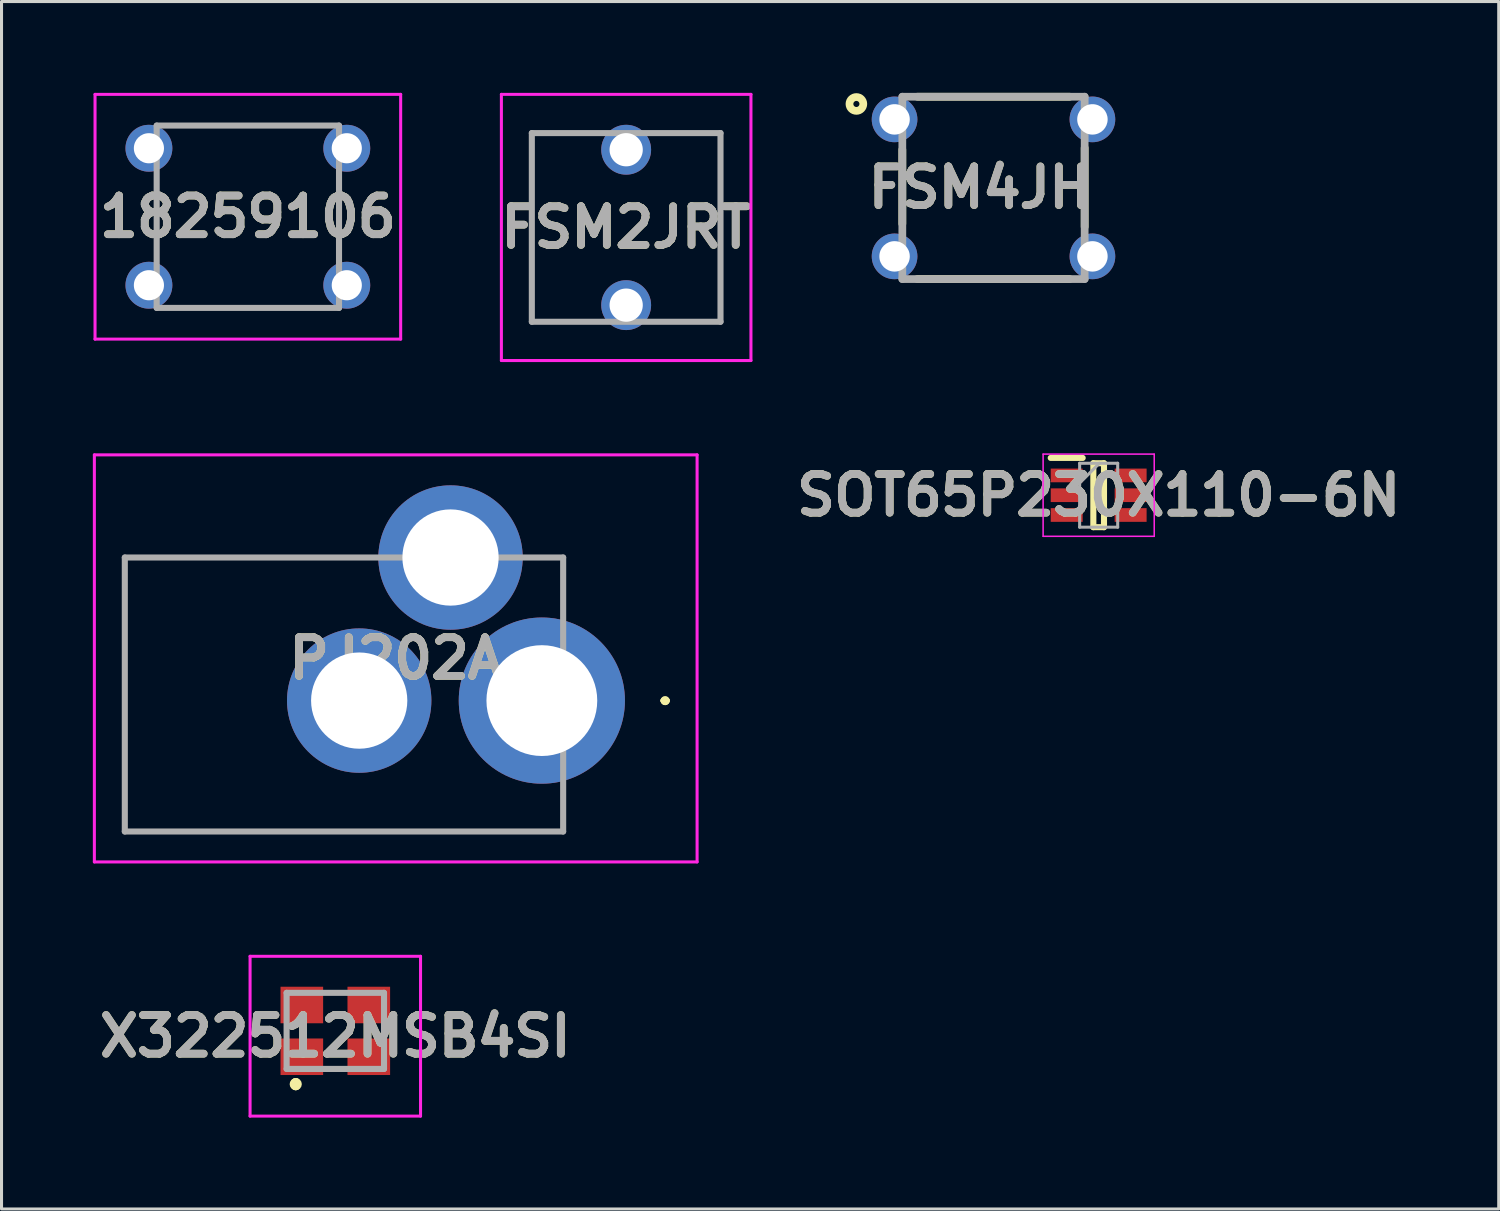
<source format=kicad_pcb>
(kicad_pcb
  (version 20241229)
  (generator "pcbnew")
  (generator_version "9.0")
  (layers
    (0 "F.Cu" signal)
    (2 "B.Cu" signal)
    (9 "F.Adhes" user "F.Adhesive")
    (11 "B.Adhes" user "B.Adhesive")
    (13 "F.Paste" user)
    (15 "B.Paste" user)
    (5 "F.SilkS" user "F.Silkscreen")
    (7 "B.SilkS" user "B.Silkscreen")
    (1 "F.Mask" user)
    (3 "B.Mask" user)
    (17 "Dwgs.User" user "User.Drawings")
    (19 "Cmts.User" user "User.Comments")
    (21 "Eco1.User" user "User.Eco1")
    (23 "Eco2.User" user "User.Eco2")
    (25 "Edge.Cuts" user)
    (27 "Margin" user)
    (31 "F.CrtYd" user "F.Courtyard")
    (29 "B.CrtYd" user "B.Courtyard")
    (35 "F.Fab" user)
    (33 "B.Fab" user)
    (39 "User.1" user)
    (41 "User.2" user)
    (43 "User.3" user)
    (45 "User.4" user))
  (footprint "SOT65P230X110-6N"
    (layer "F.Cu")
    (at 33.042 13.218)
    (property "Reference" "SOT65P230X110-6N" (at 0 0 0) (layer "F.SilkS") (effects (font (size 1.27 1.27) (thickness 0.254))))
    (attr smd)
    (fp_line (start -1.575 -1.225) (end -0.525 -1.225) (stroke (width 0.2) (type solid)) (layer "F.SilkS"))
    (fp_line (start -0.175 -1.05) (end 0.175 -1.05) (stroke (width 0.2) (type solid)) (layer "F.SilkS"))
    (fp_line (start -0.175 1.05) (end -0.175 -1.05) (stroke (width 0.2) (type solid)) (layer "F.SilkS"))
    (fp_line (start 0.175 -1.05) (end 0.175 1.05) (stroke (width 0.2) (type solid)) (layer "F.SilkS"))
    (fp_line (start 0.175 1.05) (end -0.175 1.05) (stroke (width 0.2) (type solid)) (layer "F.SilkS"))
    (fp_line (start -1.825 -1.35) (end 1.825 -1.35) (stroke (width 0.05) (type solid)) (layer "F.CrtYd"))
    (fp_line (start -1.825 1.35) (end -1.825 -1.35) (stroke (width 0.05) (type solid)) (layer "F.CrtYd"))
    (fp_line (start 1.825 -1.35) (end 1.825 1.35) (stroke (width 0.05) (type solid)) (layer "F.CrtYd"))
    (fp_line (start 1.825 1.35) (end -1.825 1.35) (stroke (width 0.05) (type solid)) (layer "F.CrtYd"))
    (fp_line (start -0.625 -1.05) (end 0.625 -1.05) (stroke (width 0.1) (type solid)) (layer "F.Fab"))
    (fp_line (start -0.625 -0.4) (end 0.025 -1.05) (stroke (width 0.1) (type solid)) (layer "F.Fab"))
    (fp_line (start -0.625 1.05) (end -0.625 -1.05) (stroke (width 0.1) (type solid)) (layer "F.Fab"))
    (fp_line (start 0.625 -1.05) (end 0.625 1.05) (stroke (width 0.1) (type solid)) (layer "F.Fab"))
    (fp_line (start 0.625 1.05) (end -0.625 1.05) (stroke (width 0.1) (type solid)) (layer "F.Fab"))
    (fp_text user "${REFERENCE}" (at 0 0 0) (layer "F.Fab") (effects (font (size 1.27 1.27) (thickness 0.254))))
    (pad "1" smd rect (at -1.05 -0.65 90) (size 0.45 1.05) (layers "F.Cu" "F.Mask" "F.Paste"))
    (pad "2" smd rect (at -1.05 0 90) (size 0.45 1.05) (layers "F.Cu" "F.Mask" "F.Paste"))
    (pad "3" smd rect (at -1.05 0.65 90) (size 0.45 1.05) (layers "F.Cu" "F.Mask" "F.Paste"))
    (pad "4" smd rect (at 1.05 0.65 90) (size 0.45 1.05) (layers "F.Cu" "F.Mask" "F.Paste"))
    (pad "5" smd rect (at 1.05 0 90) (size 0.45 1.05) (layers "F.Cu" "F.Mask" "F.Paste"))
    (pad "6" smd rect (at 1.05 -0.65 90) (size 0.45 1.05) (layers "F.Cu" "F.Mask" "F.Paste")))
  (footprint "FSM4JH"
    (layer "F.Cu")
    (at 29.587 3.122)
    (property "Reference" "FSM4JH" (at -0.454 -0.009 0) (layer "F.SilkS") (effects (font (size 1.27 1.27) (thickness 0.254))))
    (attr through_hole)
    (fp_line (start -2.995 -1.256) (end -2.995 1.18) (stroke (width 0.254) (type solid)) (layer "F.SilkS"))
    (fp_line (start -2.5 -2.995) (end 2.5 -2.995) (stroke (width 0.254) (type solid)) (layer "F.SilkS"))
    (fp_line (start -2.5 2.995) (end 2.5 2.995) (stroke (width 0.254) (type solid)) (layer "F.SilkS"))
    (fp_line (start 2.995 -1.312) (end 2.995 1.279) (stroke (width 0.254) (type solid)) (layer "F.SilkS"))
    (fp_circle (center -4.504 -2.757) (end -4.504 -2.657) (stroke (width 0.254) (type solid)) (fill no) (layer "F.SilkS"))
    (fp_line (start -2.995 -2.995) (end 2.995 -2.995) (stroke (width 0.254) (type solid)) (layer "F.Fab"))
    (fp_line (start -2.995 2.995) (end -2.995 -2.995) (stroke (width 0.254) (type solid)) (layer "F.Fab"))
    (fp_line (start 2.995 -2.995) (end 2.995 2.995) (stroke (width 0.254) (type solid)) (layer "F.Fab"))
    (fp_line (start 2.995 2.995) (end -2.995 2.995) (stroke (width 0.254) (type solid)) (layer "F.Fab"))
    (fp_text user "${REFERENCE}" (at -0.454 -0.009 0) (layer "F.Fab") (effects (font (size 1.27 1.27) (thickness 0.254))))
    (pad "1" thru_hole circle (at -3.25 -2.25) (size 1.5 1.5) (drill 1) (layers "*.Cu" "*.Mask"))
    (pad "2" thru_hole circle (at 3.25 -2.25) (size 1.5 1.5) (drill 1) (layers "*.Cu" "*.Mask"))
    (pad "3" thru_hole circle (at -3.25 2.25) (size 1.5 1.5) (drill 1) (layers "*.Cu" "*.Mask"))
    (pad "4" thru_hole circle (at 3.25 2.25) (size 1.5 1.5) (drill 1) (layers "*.Cu" "*.Mask")))
  (footprint "PJ202A"
    (layer "F.Cu")
    (at 14.75 19.965)
    (property "Reference" "PJ202A" (at -4.8 -1.386 0) (layer "F.SilkS") (effects (font (size 1.27 1.27) (thickness 0.254))))
    (attr through_hole)
    (fp_line (start -13.7 -4.7) (end -13.7 -4.7) (stroke (width 0.1) (type solid)) (layer "F.SilkS"))
    (fp_line (start -13.7 -4.7) (end -13.7 -4.7) (stroke (width 0.1) (type solid)) (layer "F.SilkS"))
    (fp_line (start -13.7 -4.7) (end -13.7 4.3) (stroke (width 0.1) (type solid)) (layer "F.SilkS"))
    (fp_line (start -13.7 -4.7) (end -6 -4.7) (stroke (width 0.1) (type solid)) (layer "F.SilkS"))
    (fp_line (start -13.7 4.3) (end -13.7 -4.7) (stroke (width 0.1) (type solid)) (layer "F.SilkS"))
    (fp_line (start -13.7 4.3) (end -13.7 4.3) (stroke (width 0.1) (type solid)) (layer "F.SilkS"))
    (fp_line (start -13.7 4.3) (end -13.7 4.3) (stroke (width 0.1) (type solid)) (layer "F.SilkS"))
    (fp_line (start -13.7 4.3) (end 0.7 4.3) (stroke (width 0.1) (type solid)) (layer "F.SilkS"))
    (fp_line (start -6 -4.7) (end -13.7 -4.7) (stroke (width 0.1) (type solid)) (layer "F.SilkS"))
    (fp_line (start -6 -4.7) (end -6 -4.7) (stroke (width 0.1) (type solid)) (layer "F.SilkS"))
    (fp_line (start 0 -4.7) (end 0 -4.7) (stroke (width 0.1) (type solid)) (layer "F.SilkS"))
    (fp_line (start 0 -4.7) (end 0.7 -4.7) (stroke (width 0.1) (type solid)) (layer "F.SilkS"))
    (fp_line (start 0.7 -4.7) (end 0 -4.7) (stroke (width 0.1) (type solid)) (layer "F.SilkS"))
    (fp_line (start 0.7 -4.7) (end 0.7 -4.7) (stroke (width 0.1) (type solid)) (layer "F.SilkS"))
    (fp_line (start 0.7 -4.7) (end 0.7 -4.7) (stroke (width 0.1) (type solid)) (layer "F.SilkS"))
    (fp_line (start 0.7 -4.7) (end 0.7 -3.25) (stroke (width 0.1) (type solid)) (layer "F.SilkS"))
    (fp_line (start 0.7 -3.25) (end 0.7 -4.7) (stroke (width 0.1) (type solid)) (layer "F.SilkS"))
    (fp_line (start 0.7 -3.25) (end 0.7 -3.25) (stroke (width 0.1) (type solid)) (layer "F.SilkS"))
    (fp_line (start 0.7 3.25) (end 0.7 3.25) (stroke (width 0.1) (type solid)) (layer "F.SilkS"))
    (fp_line (start 0.7 3.25) (end 0.7 4.3) (stroke (width 0.1) (type solid)) (layer "F.SilkS"))
    (fp_line (start 0.7 4.3) (end -13.7 4.3) (stroke (width 0.1) (type solid)) (layer "F.SilkS"))
    (fp_line (start 0.7 4.3) (end 0.7 3.25) (stroke (width 0.1) (type solid)) (layer "F.SilkS"))
    (fp_line (start 0.7 4.3) (end 0.7 4.3) (stroke (width 0.1) (type solid)) (layer "F.SilkS"))
    (fp_line (start 0.7 4.3) (end 0.7 4.3) (stroke (width 0.1) (type solid)) (layer "F.SilkS"))
    (fp_line (start 4 0) (end 4 0) (stroke (width 0.2) (type solid)) (layer "F.SilkS"))
    (fp_line (start 4 0) (end 4 0) (stroke (width 0.2) (type solid)) (layer "F.SilkS"))
    (fp_line (start 4.1 0) (end 4.1 0) (stroke (width 0.2) (type solid)) (layer "F.SilkS"))
    (fp_arc (start 4 0) (mid 4.05 -0.05) (end 4.1 0) (stroke (width 0.2) (type solid)) (layer "F.SilkS"))
    (fp_arc (start 4.1 0) (mid 4.05 0.05) (end 4 0) (stroke (width 0.2) (type solid)) (layer "F.SilkS"))
    (fp_arc (start 4.1 0) (mid 4.05 0.05) (end 4 0) (stroke (width 0.2) (type solid)) (layer "F.SilkS"))
    (fp_line (start -14.7 -8.072) (end 5.1 -8.072) (stroke (width 0.1) (type solid)) (layer "F.CrtYd"))
    (fp_line (start -14.7 5.3) (end -14.7 -8.072) (stroke (width 0.1) (type solid)) (layer "F.CrtYd"))
    (fp_line (start 5.1 -8.072) (end 5.1 5.3) (stroke (width 0.1) (type solid)) (layer "F.CrtYd"))
    (fp_line (start 5.1 5.3) (end -14.7 5.3) (stroke (width 0.1) (type solid)) (layer "F.CrtYd"))
    (fp_line (start -13.7 -4.7) (end -13.7 4.3) (stroke (width 0.2) (type solid)) (layer "F.Fab"))
    (fp_line (start -13.7 4.3) (end 0.7 4.3) (stroke (width 0.2) (type solid)) (layer "F.Fab"))
    (fp_line (start 0.7 -4.7) (end -13.7 -4.7) (stroke (width 0.2) (type solid)) (layer "F.Fab"))
    (fp_line (start 0.7 4.3) (end 0.7 -4.7) (stroke (width 0.2) (type solid)) (layer "F.Fab"))
    (fp_text user "${REFERENCE}" (at -4.8 -1.386 0) (layer "F.Fab") (effects (font (size 1.27 1.27) (thickness 0.254))))
    (pad "1" thru_hole circle (at 0 0) (size 5.46 5.46) (drill 3.64) (layers "*.Cu" "*.Mask"))
    (pad "2" thru_hole circle (at -6 0) (size 4.743 4.743) (drill 3.162) (layers "*.Cu" "*.Mask"))
    (pad "3" thru_hole circle (at -3 -4.7) (size 4.743 4.743) (drill 3.162) (layers "*.Cu" "*.Mask")))
  (footprint "FSM2JRT"
    (layer "F.Cu")
    (at 17.52 6.974)
    (property "Reference" "FSM2JRT" (at 0 -2.553 0) (layer "F.SilkS") (effects (font (size 1.27 1.27) (thickness 0.254))))
    (attr through_hole)
    (fp_line (start -3.099 -5.652) (end -3.099 0.546) (stroke (width 0.1) (type solid)) (layer "F.SilkS"))
    (fp_line (start -3.099 0.546) (end -1.2 0.546) (stroke (width 0.1) (type solid)) (layer "F.SilkS"))
    (fp_line (start -1.2 -5.652) (end -3.099 -5.652) (stroke (width 0.1) (type solid)) (layer "F.SilkS"))
    (fp_line (start 1.2 -5.652) (end 3.099 -5.652) (stroke (width 0.1) (type solid)) (layer "F.SilkS"))
    (fp_line (start 3.099 -5.652) (end 3.099 0.546) (stroke (width 0.1) (type solid)) (layer "F.SilkS"))
    (fp_line (start 3.099 0.546) (end 1.2 0.546) (stroke (width 0.1) (type solid)) (layer "F.SilkS"))
    (fp_line (start -4.099 -6.924) (end 4.099 -6.924) (stroke (width 0.1) (type solid)) (layer "F.CrtYd"))
    (fp_line (start -4.099 1.819) (end -4.099 -6.924) (stroke (width 0.1) (type solid)) (layer "F.CrtYd"))
    (fp_line (start 4.099 -6.924) (end 4.099 1.819) (stroke (width 0.1) (type solid)) (layer "F.CrtYd"))
    (fp_line (start 4.099 1.819) (end -4.099 1.819) (stroke (width 0.1) (type solid)) (layer "F.CrtYd"))
    (fp_line (start -3.099 -5.652) (end 3.099 -5.652) (stroke (width 0.2) (type solid)) (layer "F.Fab"))
    (fp_line (start -3.099 0.546) (end -3.099 -5.652) (stroke (width 0.2) (type solid)) (layer "F.Fab"))
    (fp_line (start 3.099 -5.652) (end 3.099 0.546) (stroke (width 0.2) (type solid)) (layer "F.Fab"))
    (fp_line (start 3.099 0.546) (end -3.099 0.546) (stroke (width 0.2) (type solid)) (layer "F.Fab"))
    (fp_text user "${REFERENCE}" (at 0 -2.553 0) (layer "F.Fab") (effects (font (size 1.27 1.27) (thickness 0.254))))
    (pad "1" thru_hole circle (at 0 0) (size 1.638 1.638) (drill 1.092) (layers "*.Cu" "*.Mask"))
    (pad "2" thru_hole circle (at 0 -5.105) (size 1.638 1.638) (drill 1.092) (layers "*.Cu" "*.Mask")))
  (footprint "18259106"
    (layer "F.Cu")
    (at 1.842 1.82)
    (property "Reference" "18259106" (at 3.25 2.25 0) (layer "F.SilkS") (effects (font (size 1.27 1.27) (thickness 0.254))))
    (attr through_hole)
    (fp_line (start 0.25 1.25) (end 0.25 1.25) (stroke (width 0.1) (type solid)) (layer "F.SilkS"))
    (fp_line (start 0.25 1.25) (end 0.255 3.25) (stroke (width 0.1) (type solid)) (layer "F.SilkS"))
    (fp_line (start 0.255 3.25) (end 0.255 3.25) (stroke (width 0.1) (type solid)) (layer "F.SilkS"))
    (fp_line (start 1.25 -0.75) (end 5.25 -0.75) (stroke (width 0.1) (type solid)) (layer "F.SilkS"))
    (fp_line (start 1.25 5.25) (end 5.25 5.25) (stroke (width 0.1) (type solid)) (layer "F.SilkS"))
    (fp_line (start 6.245 1.25) (end 6.245 1.25) (stroke (width 0.1) (type solid)) (layer "F.SilkS"))
    (fp_line (start 6.245 1.25) (end 6.25 3.25) (stroke (width 0.1) (type solid)) (layer "F.SilkS"))
    (fp_line (start -1.77 -1.77) (end 8.27 -1.77) (stroke (width 0.1) (type solid)) (layer "F.CrtYd"))
    (fp_line (start -1.77 6.27) (end -1.77 -1.77) (stroke (width 0.1) (type solid)) (layer "F.CrtYd"))
    (fp_line (start 8.27 -1.77) (end 8.27 6.27) (stroke (width 0.1) (type solid)) (layer "F.CrtYd"))
    (fp_line (start 8.27 6.27) (end -1.77 6.27) (stroke (width 0.1) (type solid)) (layer "F.CrtYd"))
    (fp_line (start 0.255 -0.745) (end 6.245 -0.745) (stroke (width 0.2) (type solid)) (layer "F.Fab"))
    (fp_line (start 0.255 5.245) (end 0.255 -0.745) (stroke (width 0.2) (type solid)) (layer "F.Fab"))
    (fp_line (start 6.245 -0.745) (end 6.245 5.245) (stroke (width 0.2) (type solid)) (layer "F.Fab"))
    (fp_line (start 6.245 5.245) (end 0.255 5.245) (stroke (width 0.2) (type solid)) (layer "F.Fab"))
    (fp_text user "${REFERENCE}" (at 3.25 2.25 0) (layer "F.Fab") (effects (font (size 1.27 1.27) (thickness 0.254))))
    (pad "1" thru_hole circle (at 0 0) (size 1.54 1.54) (drill 0.99) (layers "*.Cu" "*.Mask"))
    (pad "2" thru_hole circle (at 6.5 0) (size 1.54 1.54) (drill 0.99) (layers "*.Cu" "*.Mask"))
    (pad "3" thru_hole circle (at 0 4.5) (size 1.54 1.54) (drill 0.99) (layers "*.Cu" "*.Mask"))
    (pad "4" thru_hole circle (at 6.5 4.5) (size 1.54 1.54) (drill 0.99) (layers "*.Cu" "*.Mask")))
  (footprint "X322512MSB4SI"
    (layer "F.Cu")
    (at 7.965 30.815)
    (property "Reference" "X322512MSB4SI" (at 0 0.175 0) (layer "F.SilkS") (effects (font (size 1.27 1.27) (thickness 0.254))))
    (attr smd)
    (fp_line (start -1.6 -0.2) (end -1.6 0.2) (stroke (width 0.1) (type solid)) (layer "F.SilkS"))
    (fp_line (start -1.3 1.7) (end -1.3 1.7) (stroke (width 0.3) (type solid)) (layer "F.SilkS"))
    (fp_line (start -1.3 1.8) (end -1.3 1.8) (stroke (width 0.3) (type solid)) (layer "F.SilkS"))
    (fp_line (start -0.3 -1.25) (end 0.3 -1.25) (stroke (width 0.1) (type solid)) (layer "F.SilkS"))
    (fp_line (start -0.3 1.25) (end 0.3 1.25) (stroke (width 0.1) (type solid)) (layer "F.SilkS"))
    (fp_line (start 1.6 -0.2) (end 1.6 0.2) (stroke (width 0.1) (type solid)) (layer "F.SilkS"))
    (fp_arc (start -1.3 1.7) (mid -1.25 1.75) (end -1.3 1.8) (stroke (width 0.3) (type solid)) (layer "F.SilkS"))
    (fp_arc (start -1.3 1.8) (mid -1.35 1.75) (end -1.3 1.7) (stroke (width 0.3) (type solid)) (layer "F.SilkS"))
    (fp_line (start -2.8 -2.45) (end 2.8 -2.45) (stroke (width 0.1) (type solid)) (layer "F.CrtYd"))
    (fp_line (start -2.8 2.8) (end -2.8 -2.45) (stroke (width 0.1) (type solid)) (layer "F.CrtYd"))
    (fp_line (start 2.8 -2.45) (end 2.8 2.8) (stroke (width 0.1) (type solid)) (layer "F.CrtYd"))
    (fp_line (start 2.8 2.8) (end -2.8 2.8) (stroke (width 0.1) (type solid)) (layer "F.CrtYd"))
    (fp_line (start -1.6 -1.25) (end 1.6 -1.25) (stroke (width 0.2) (type solid)) (layer "F.Fab"))
    (fp_line (start -1.6 1.25) (end -1.6 -1.25) (stroke (width 0.2) (type solid)) (layer "F.Fab"))
    (fp_line (start 1.6 -1.25) (end 1.6 1.25) (stroke (width 0.2) (type solid)) (layer "F.Fab"))
    (fp_line (start 1.6 1.25) (end -1.6 1.25) (stroke (width 0.2) (type solid)) (layer "F.Fab"))
    (fp_text user "${REFERENCE}" (at 0 0.175 0) (layer "F.Fab") (effects (font (size 1.27 1.27) (thickness 0.254))))
    (pad "1" smd rect (at -1.1 0.85 90) (size 1.2 1.4) (layers "F.Cu" "F.Mask" "F.Paste"))
    (pad "2" smd rect (at 1.1 0.85 90) (size 1.2 1.4) (layers "F.Cu" "F.Mask" "F.Paste"))
    (pad "3" smd rect (at 1.1 -0.85 90) (size 1.2 1.4) (layers "F.Cu" "F.Mask" "F.Paste"))
    (pad "4" smd rect (at -1.1 -0.85 90) (size 1.2 1.4) (layers "F.Cu" "F.Mask" "F.Paste")))
  (gr_rect
    (start -3 -3)
    (end 46.184 36.665)
    (stroke (width 0.1) (type default))
    (fill no)
    (layer "Edge.Cuts")))
</source>
